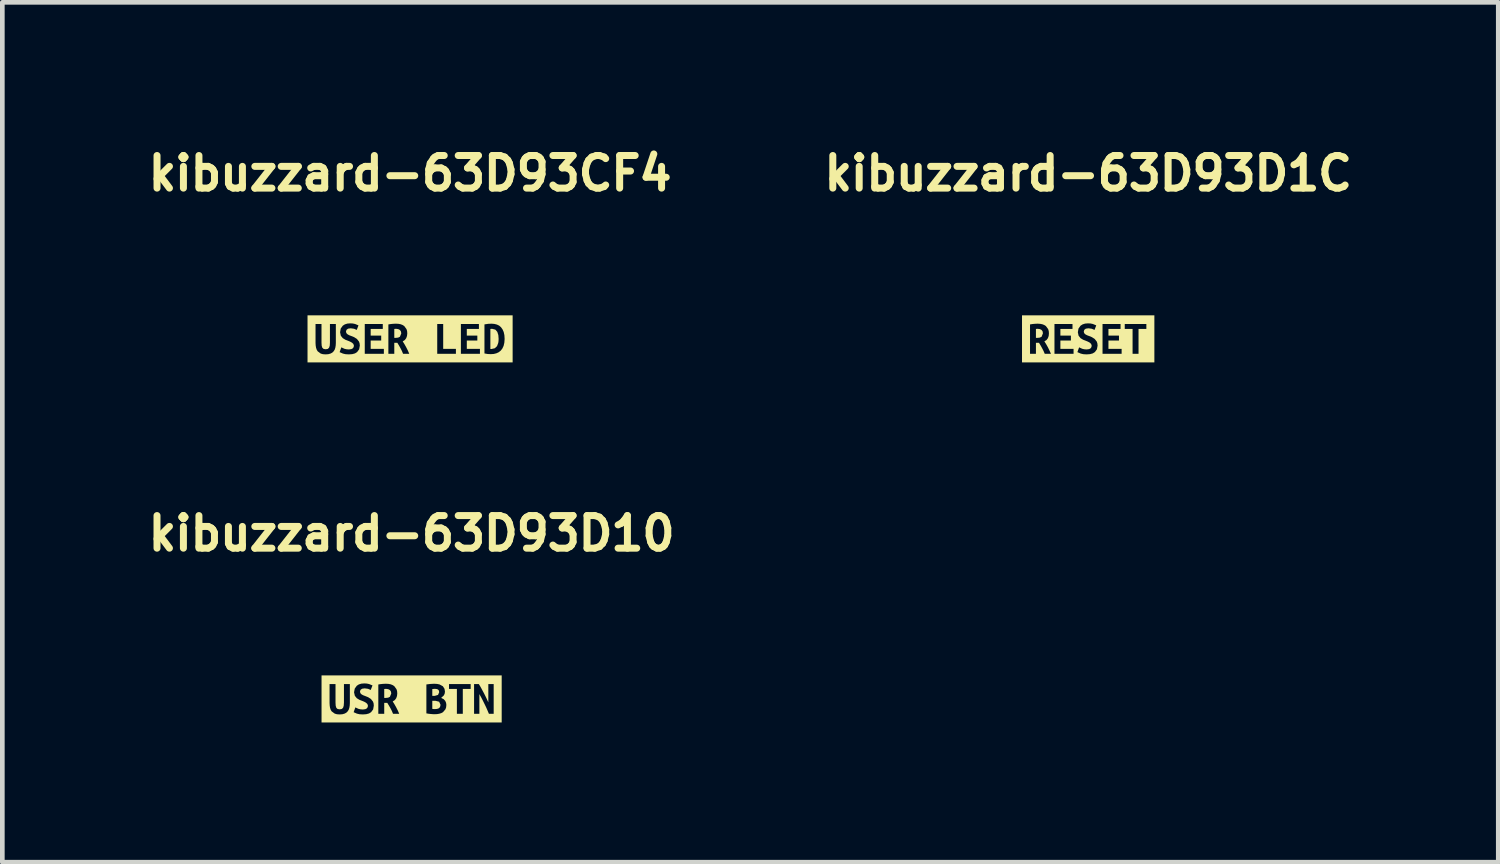
<source format=kicad_pcb>
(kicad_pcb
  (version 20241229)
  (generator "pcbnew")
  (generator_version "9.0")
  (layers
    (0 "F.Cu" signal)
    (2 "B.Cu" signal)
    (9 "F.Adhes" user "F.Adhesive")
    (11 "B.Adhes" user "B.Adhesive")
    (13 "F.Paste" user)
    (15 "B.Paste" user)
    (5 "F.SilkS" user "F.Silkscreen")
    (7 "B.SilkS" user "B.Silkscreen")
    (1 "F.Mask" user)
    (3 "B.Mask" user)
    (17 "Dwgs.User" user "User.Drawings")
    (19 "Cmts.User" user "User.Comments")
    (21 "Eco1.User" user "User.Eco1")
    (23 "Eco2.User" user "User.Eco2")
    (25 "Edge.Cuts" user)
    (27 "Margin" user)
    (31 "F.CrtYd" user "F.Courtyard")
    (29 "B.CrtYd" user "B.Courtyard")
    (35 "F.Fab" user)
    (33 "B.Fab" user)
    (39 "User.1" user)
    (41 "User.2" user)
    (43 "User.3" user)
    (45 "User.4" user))
  (footprint "kibuzzard-63D93CF4"
    (layer "F.Cu")
    (at 5.755 4.226)
    (property "Reference" "kibuzzard-63D93CF4" (at 0 -3.553 0) (layer "F.SilkS") (effects (font (size 0.7 0.7) (thickness 0.15))))
    (attr board_only exclude_from_pos_files exclude_from_bom)
    (fp_poly (pts (xy -0.189 -0.118) (xy -0.197 -0.161) (xy -0.22 -0.192) (xy -0.256 -0.21) (xy -0.301 -0.216) (xy -0.319 -0.215) (xy -0.339 -0.213) (xy -0.339 -0.021) (xy -0.312 -0.021) (xy -0.256 -0.027) (xy -0.218 -0.046) (xy -0.189 -0.118)) (stroke (width 0) (type solid)) (fill yes) (layer "F.SilkS"))
    (fp_poly (pts (xy 1.724 0.217) (xy 1.736 0.218) (xy 1.747 0.218) (xy 1.82 0.201) (xy 1.867 0.156) (xy 1.893 0.087) (xy 1.899 0.046) (xy 1.901 0) (xy 1.895 -0.08) (xy 1.873 -0.15) (xy 1.831 -0.198) (xy 1.761 -0.216) (xy 1.743 -0.215) (xy 1.724 -0.213) (xy 1.724 0.217)) (stroke (width 0) (type solid)) (fill yes) (layer "F.SilkS"))
    (fp_poly (pts (xy -2.03 -0.505) (xy -2.202 -0.505) (xy -2.202 0.505) (xy -2.03 0.505) (xy -1.814 0.505) (xy -1.814 0.333) (xy -1.871 0.329) (xy -1.918 0.316) (xy -1.984 0.267) (xy -2.005 0.232) (xy -2.019 0.19) (xy -2.027 0.142) (xy -2.03 0.089) (xy -2.03 -0.319) (xy -1.902 -0.319) (xy -1.902 0.08) (xy -1.898 0.148) (xy -1.884 0.192) (xy -1.856 0.216) (xy -1.812 0.223) (xy -1.768 0.216) (xy -1.74 0.191) (xy -1.725 0.147) (xy -1.721 0.079) (xy -1.721 -0.319) (xy -1.594 -0.319) (xy -1.594 0.089) (xy -1.597 0.142) (xy -1.605 0.19) (xy -1.619 0.232) (xy -1.641 0.267) (xy -1.671 0.296) (xy -1.709 0.316) (xy -1.756 0.329) (xy -1.814 0.333) (xy -1.814 0.505) (xy -1.315 0.505) (xy -1.315 0.333) (xy -1.386 0.329) (xy -1.442 0.316) (xy -1.513 0.285) (xy -1.476 0.182) (xy -1.409 0.213) (xy -1.366 0.223) (xy -1.315 0.227) (xy -1.261 0.22) (xy -1.228 0.202) (xy -1.211 0.175) (xy -1.206 0.144) (xy -1.218 0.109) (xy -1.247 0.082) (xy -1.286 0.06) (xy -1.329 0.042) (xy -1.389 0.019) (xy -1.445 -0.015) (xy -1.487 -0.067) (xy -1.503 -0.142) (xy -1.489 -0.222) (xy -1.445 -0.283) (xy -1.401 -0.311) (xy -1.348 -0.328) (xy -1.285 -0.333) (xy -1.23 -0.33) (xy -1.182 -0.32) (xy -1.108 -0.29) (xy -1.145 -0.192) (xy -1.203 -0.217) (xy -1.275 -0.227) (xy -1.332 -0.219) (xy -1.365 -0.194) (xy -1.377 -0.154) (xy -1.366 -0.121) (xy -1.34 -0.096) (xy -1.304 -0.077) (xy -1.264 -0.062) (xy -1.202 -0.037) (xy -1.142 0.001) (xy -1.097 0.058) (xy -1.084 0.097) (xy -1.079 0.145) (xy -1.094 0.225) (xy -1.138 0.284) (xy -1.183 0.312) (xy -1.242 0.328) (xy -1.315 0.333) (xy -1.315 0.505) (xy -0.973 0.505) (xy -0.973 0.32) (xy -0.973 -0.319) (xy -0.586 -0.319) (xy -0.586 -0.214) (xy -0.846 -0.214) (xy -0.846 -0.07) (xy -0.62 -0.07) (xy -0.62 0.035) (xy -0.846 0.035) (xy -0.846 0.215) (xy -0.563 0.215) (xy -0.563 0.32) (xy -0.973 0.32) (xy -0.973 0.505) (xy -0.018 0.505) (xy -0.018 0.32) (xy -0.151 0.32) (xy -0.176 0.259) (xy -0.206 0.201) (xy -0.238 0.143) (xy -0.273 0.085) (xy -0.339 0.085) (xy -0.339 0.32) (xy -0.466 0.32) (xy -0.466 -0.31) (xy -0.426 -0.317) (xy -0.381 -0.322) (xy -0.337 -0.325) (xy -0.301 -0.326) (xy -0.249 -0.323) (xy -0.202 -0.314) (xy -0.161 -0.298) (xy -0.126 -0.276) (xy -0.077 -0.21) (xy -0.064 -0.167) (xy -0.06 -0.117) (xy -0.066 -0.063) (xy -0.083 -0.015) (xy -0.113 0.025) (xy -0.158 0.054) (xy -0.121 0.113) (xy -0.083 0.181) (xy -0.047 0.252) (xy -0.018 0.32) (xy -0.018 0.505) (xy 0.984 0.505) (xy 0.984 0.32) (xy 0.583 0.32) (xy 0.583 -0.319) (xy 0.711 -0.319) (xy 0.711 0.215) (xy 0.984 0.215) (xy 0.984 0.32) (xy 0.984 0.505) (xy 1.091 0.505) (xy 1.091 0.32) (xy 1.091 -0.319) (xy 1.478 -0.319) (xy 1.478 -0.214) (xy 1.218 -0.214) (xy 1.218 -0.07) (xy 1.444 -0.07) (xy 1.444 0.035) (xy 1.218 0.035) (xy 1.218 0.215) (xy 1.5 0.215) (xy 1.5 0.32) (xy 1.091 0.32) (xy 1.091 0.505) (xy 1.734 0.505) (xy 1.734 0.328) (xy 1.667 0.325) (xy 1.597 0.313) (xy 1.597 -0.311) (xy 1.679 -0.323) (xy 1.75 -0.326) (xy 1.81 -0.321) (xy 1.865 -0.307) (xy 1.913 -0.284) (xy 1.953 -0.249) (xy 1.985 -0.204) (xy 2.01 -0.148) (xy 2.025 -0.08) (xy 2.03 0) (xy 2.024 0.082) (xy 2.008 0.151) (xy 1.981 0.208) (xy 1.946 0.253) (xy 1.903 0.287) (xy 1.853 0.31) (xy 1.796 0.324) (xy 1.734 0.328) (xy 1.734 0.505) (xy 2.03 0.505) (xy 2.202 0.505) (xy 2.202 -0.505) (xy 2.03 -0.505) (xy -2.03 -0.505)) (stroke (width 0) (type solid)) (fill yes) (layer "F.SilkS")))
  (footprint "kibuzzard-63D93D10"
    (layer "F.Cu")
    (at 5.788 11.957)
    (property "Reference" "kibuzzard-63D93D10" (at 0 -3.553 0) (layer "F.SilkS") (effects (font (size 0.7 0.7) (thickness 0.15))))
    (attr board_only exclude_from_pos_files exclude_from_bom)
    (fp_poly (pts (xy 0.444 0.04) (xy 0.444 0.214) (xy 0.474 0.217) (xy 0.505 0.218) (xy 0.547 0.214) (xy 0.584 0.201) (xy 0.61 0.173) (xy 0.621 0.127) (xy 0.591 0.06) (xy 0.512 0.04) (xy 0.444 0.04)) (stroke (width 0) (type solid)) (fill yes) (layer "F.SilkS"))
    (fp_poly (pts (xy 0.494 -0.065) (xy 0.567 -0.086) (xy 0.592 -0.144) (xy 0.585 -0.181) (xy 0.565 -0.203) (xy 0.536 -0.213) (xy 0.502 -0.216) (xy 0.472 -0.215) (xy 0.444 -0.212) (xy 0.444 -0.065) (xy 0.494 -0.065)) (stroke (width 0) (type solid)) (fill yes) (layer "F.SilkS"))
    (fp_poly (pts (xy -0.437 -0.118) (xy -0.445 -0.161) (xy -0.468 -0.192) (xy -0.504 -0.21) (xy -0.549 -0.216) (xy -0.567 -0.215) (xy -0.588 -0.213) (xy -0.588 -0.021) (xy -0.56 -0.021) (xy -0.504 -0.027) (xy -0.466 -0.046) (xy -0.437 -0.118)) (stroke (width 0) (type solid)) (fill yes) (layer "F.SilkS"))
    (fp_poly (pts (xy -1.762 -0.505) (xy -1.934 -0.505) (xy -1.934 0.505) (xy -1.762 0.505) (xy -1.546 0.505) (xy -1.546 0.333) (xy -1.603 0.329) (xy -1.65 0.316) (xy -1.717 0.267) (xy -1.738 0.232) (xy -1.752 0.19) (xy -1.759 0.142) (xy -1.762 0.089) (xy -1.762 -0.319) (xy -1.634 -0.319) (xy -1.634 0.08) (xy -1.63 0.148) (xy -1.616 0.192) (xy -1.589 0.216) (xy -1.544 0.223) (xy -1.5 0.216) (xy -1.472 0.191) (xy -1.458 0.147) (xy -1.453 0.079) (xy -1.453 -0.319) (xy -1.326 -0.319) (xy -1.326 0.089) (xy -1.329 0.142) (xy -1.337 0.19) (xy -1.351 0.232) (xy -1.373 0.267) (xy -1.403 0.296) (xy -1.441 0.316) (xy -1.488 0.329) (xy -1.546 0.333) (xy -1.546 0.505) (xy -1.047 0.505) (xy -1.047 0.333) (xy -1.118 0.329) (xy -1.174 0.316) (xy -1.245 0.285) (xy -1.208 0.182) (xy -1.141 0.213) (xy -1.098 0.223) (xy -1.047 0.227) (xy -0.994 0.22) (xy -0.96 0.202) (xy -0.943 0.175) (xy -0.938 0.144) (xy -0.95 0.109) (xy -0.979 0.082) (xy -1.018 0.06) (xy -1.061 0.042) (xy -1.121 0.019) (xy -1.177 -0.015) (xy -1.219 -0.067) (xy -1.236 -0.142) (xy -1.221 -0.222) (xy -1.177 -0.283) (xy -1.134 -0.311) (xy -1.08 -0.328) (xy -1.017 -0.333) (xy -0.962 -0.33) (xy -0.914 -0.32) (xy -0.84 -0.29) (xy -0.878 -0.192) (xy -0.935 -0.217) (xy -1.008 -0.227) (xy -1.064 -0.219) (xy -1.098 -0.194) (xy -1.109 -0.154) (xy -1.098 -0.121) (xy -1.072 -0.096) (xy -1.036 -0.077) (xy -0.996 -0.062) (xy -0.934 -0.037) (xy -0.874 0.001) (xy -0.829 0.058) (xy -0.816 0.097) (xy -0.812 0.145) (xy -0.826 0.225) (xy -0.87 0.284) (xy -0.915 0.312) (xy -0.974 0.328) (xy -1.047 0.333) (xy -1.047 0.505) (xy -0.266 0.505) (xy -0.266 0.32) (xy -0.399 0.32) (xy -0.424 0.259) (xy -0.454 0.201) (xy -0.487 0.143) (xy -0.522 0.085) (xy -0.588 0.085) (xy -0.588 0.32) (xy -0.715 0.32) (xy -0.715 -0.31) (xy -0.674 -0.317) (xy -0.629 -0.322) (xy -0.586 -0.325) (xy -0.549 -0.326) (xy -0.497 -0.323) (xy -0.45 -0.314) (xy -0.409 -0.298) (xy -0.374 -0.276) (xy -0.325 -0.21) (xy -0.312 -0.167) (xy -0.308 -0.117) (xy -0.314 -0.063) (xy -0.331 -0.015) (xy -0.361 0.025) (xy -0.406 0.054) (xy -0.369 0.113) (xy -0.331 0.181) (xy -0.295 0.252) (xy -0.266 0.32) (xy -0.266 0.505) (xy 0.495 0.505) (xy 0.495 0.328) (xy 0.452 0.327) (xy 0.407 0.323) (xy 0.362 0.318) (xy 0.317 0.31) (xy 0.317 -0.311) (xy 0.397 -0.321) (xy 0.482 -0.326) (xy 0.548 -0.322) (xy 0.6 -0.311) (xy 0.671 -0.272) (xy 0.706 -0.218) (xy 0.716 -0.158) (xy 0.71 -0.115) (xy 0.693 -0.077) (xy 0.634 -0.022) (xy 0.689 0.006) (xy 0.722 0.042) (xy 0.74 0.084) (xy 0.746 0.127) (xy 0.741 0.18) (xy 0.726 0.223) (xy 0.673 0.285) (xy 0.636 0.305) (xy 0.593 0.318) (xy 0.546 0.326) (xy 0.495 0.328) (xy 0.495 0.505) (xy 1.099 0.505) (xy 1.099 0.32) (xy 0.972 0.32) (xy 0.972 -0.214) (xy 0.803 -0.214) (xy 0.803 -0.319) (xy 1.268 -0.319) (xy 1.268 -0.214) (xy 1.099 -0.214) (xy 1.099 0.32) (xy 1.099 0.505) (xy 1.66 0.505) (xy 1.66 0.32) (xy 1.63 0.249) (xy 1.599 0.178) (xy 1.565 0.108) (xy 1.53 0.037) (xy 1.494 -0.033) (xy 1.455 -0.104) (xy 1.455 0.32) (xy 1.341 0.32) (xy 1.341 -0.319) (xy 1.443 -0.319) (xy 1.472 -0.272) (xy 1.501 -0.22) (xy 1.529 -0.167) (xy 1.557 -0.115) (xy 1.583 -0.063) (xy 1.608 -0.012) (xy 1.629 0.034) (xy 1.647 0.074) (xy 1.647 -0.319) (xy 1.762 -0.319) (xy 1.762 0.32) (xy 1.66 0.32) (xy 1.66 0.505) (xy 1.762 0.505) (xy 1.934 0.505) (xy 1.934 -0.505) (xy 1.762 -0.505) (xy -1.762 -0.505)) (stroke (width 0) (type solid)) (fill yes) (layer "F.SilkS")))
  (footprint "kibuzzard-63D93D1C"
    (layer "F.Cu")
    (at 20.315 4.226)
    (property "Reference" "kibuzzard-63D93D1C" (at 0 -3.553 0) (layer "F.SilkS") (effects (font (size 0.7 0.7) (thickness 0.15))))
    (attr board_only exclude_from_pos_files exclude_from_bom)
    (fp_poly (pts (xy -0.972 -0.118) (xy -0.979 -0.161) (xy -1.002 -0.192) (xy -1.038 -0.21) (xy -1.084 -0.216) (xy -1.102 -0.215) (xy -1.122 -0.213) (xy -1.122 -0.021) (xy -1.094 -0.021) (xy -1.038 -0.027) (xy -1 -0.046) (xy -0.972 -0.118)) (stroke (width 0) (type solid)) (fill yes) (layer "F.SilkS"))
    (fp_poly (pts (xy -1.249 -0.505) (xy -1.421 -0.505) (xy -1.421 0.505) (xy -1.249 0.505) (xy -0.8 0.505) (xy -0.8 0.32) (xy -0.933 0.32) (xy -0.959 0.259) (xy -0.989 0.201) (xy -1.021 0.143) (xy -1.056 0.085) (xy -1.122 0.085) (xy -1.122 0.32) (xy -1.249 0.32) (xy -1.249 -0.31) (xy -1.208 -0.317) (xy -1.163 -0.322) (xy -1.12 -0.325) (xy -1.084 -0.326) (xy -1.032 -0.323) (xy -0.985 -0.314) (xy -0.944 -0.298) (xy -0.909 -0.276) (xy -0.86 -0.21) (xy -0.847 -0.167) (xy -0.843 -0.117) (xy -0.848 -0.063) (xy -0.865 -0.015) (xy -0.895 0.025) (xy -0.941 0.054) (xy -0.903 0.113) (xy -0.865 0.181) (xy -0.83 0.252) (xy -0.8 0.32) (xy -0.8 0.505) (xy -0.724 0.505) (xy -0.724 0.32) (xy -0.724 -0.319) (xy -0.337 -0.319) (xy -0.337 -0.214) (xy -0.597 -0.214) (xy -0.597 -0.07) (xy -0.371 -0.07) (xy -0.371 0.035) (xy -0.597 0.035) (xy -0.597 0.215) (xy -0.314 0.215) (xy -0.314 0.32) (xy -0.724 0.32) (xy -0.724 0.505) (xy -0.034 0.505) (xy -0.034 0.333) (xy -0.105 0.329) (xy -0.16 0.316) (xy -0.232 0.285) (xy -0.195 0.182) (xy -0.128 0.213) (xy -0.085 0.223) (xy -0.034 0.227) (xy 0.02 0.22) (xy 0.053 0.202) (xy 0.07 0.175) (xy 0.075 0.144) (xy 0.063 0.109) (xy 0.035 0.082) (xy -0.005 0.06) (xy -0.048 0.042) (xy -0.108 0.019) (xy -0.164 -0.015) (xy -0.206 -0.067) (xy -0.222 -0.142) (xy -0.208 -0.222) (xy -0.164 -0.283) (xy -0.12 -0.311) (xy -0.067 -0.328) (xy -0.004 -0.333) (xy 0.051 -0.33) (xy 0.099 -0.32) (xy 0.173 -0.29) (xy 0.136 -0.192) (xy 0.078 -0.217) (xy 0.006 -0.227) (xy -0.051 -0.219) (xy -0.084 -0.194) (xy -0.095 -0.154) (xy -0.085 -0.121) (xy -0.059 -0.096) (xy -0.023 -0.077) (xy 0.017 -0.062) (xy 0.079 -0.037) (xy 0.139 0.001) (xy 0.184 0.058) (xy 0.197 0.097) (xy 0.202 0.145) (xy 0.187 0.225) (xy 0.143 0.284) (xy 0.098 0.312) (xy 0.039 0.328) (xy -0.034 0.333) (xy -0.034 0.505) (xy 0.308 0.505) (xy 0.308 0.32) (xy 0.308 -0.319) (xy 0.695 -0.319) (xy 0.695 -0.214) (xy 0.435 -0.214) (xy 0.435 -0.07) (xy 0.661 -0.07) (xy 0.661 0.035) (xy 0.435 0.035) (xy 0.435 0.215) (xy 0.718 0.215) (xy 0.718 0.32) (xy 0.308 0.32) (xy 0.308 0.505) (xy 1.081 0.505) (xy 1.081 0.32) (xy 0.953 0.32) (xy 0.953 -0.214) (xy 0.785 -0.214) (xy 0.785 -0.319) (xy 1.249 -0.319) (xy 1.249 -0.214) (xy 1.081 -0.214) (xy 1.081 0.32) (xy 1.081 0.505) (xy 1.249 0.505) (xy 1.421 0.505) (xy 1.421 -0.505) (xy 1.249 -0.505) (xy -1.249 -0.505)) (stroke (width 0) (type solid)) (fill yes) (layer "F.SilkS")))
  (gr_rect
    (start -3 -3)
    (end 29.12 15.463)
    (stroke (width 0.1) (type default))
    (fill no)
    (layer "Edge.Cuts")))
</source>
